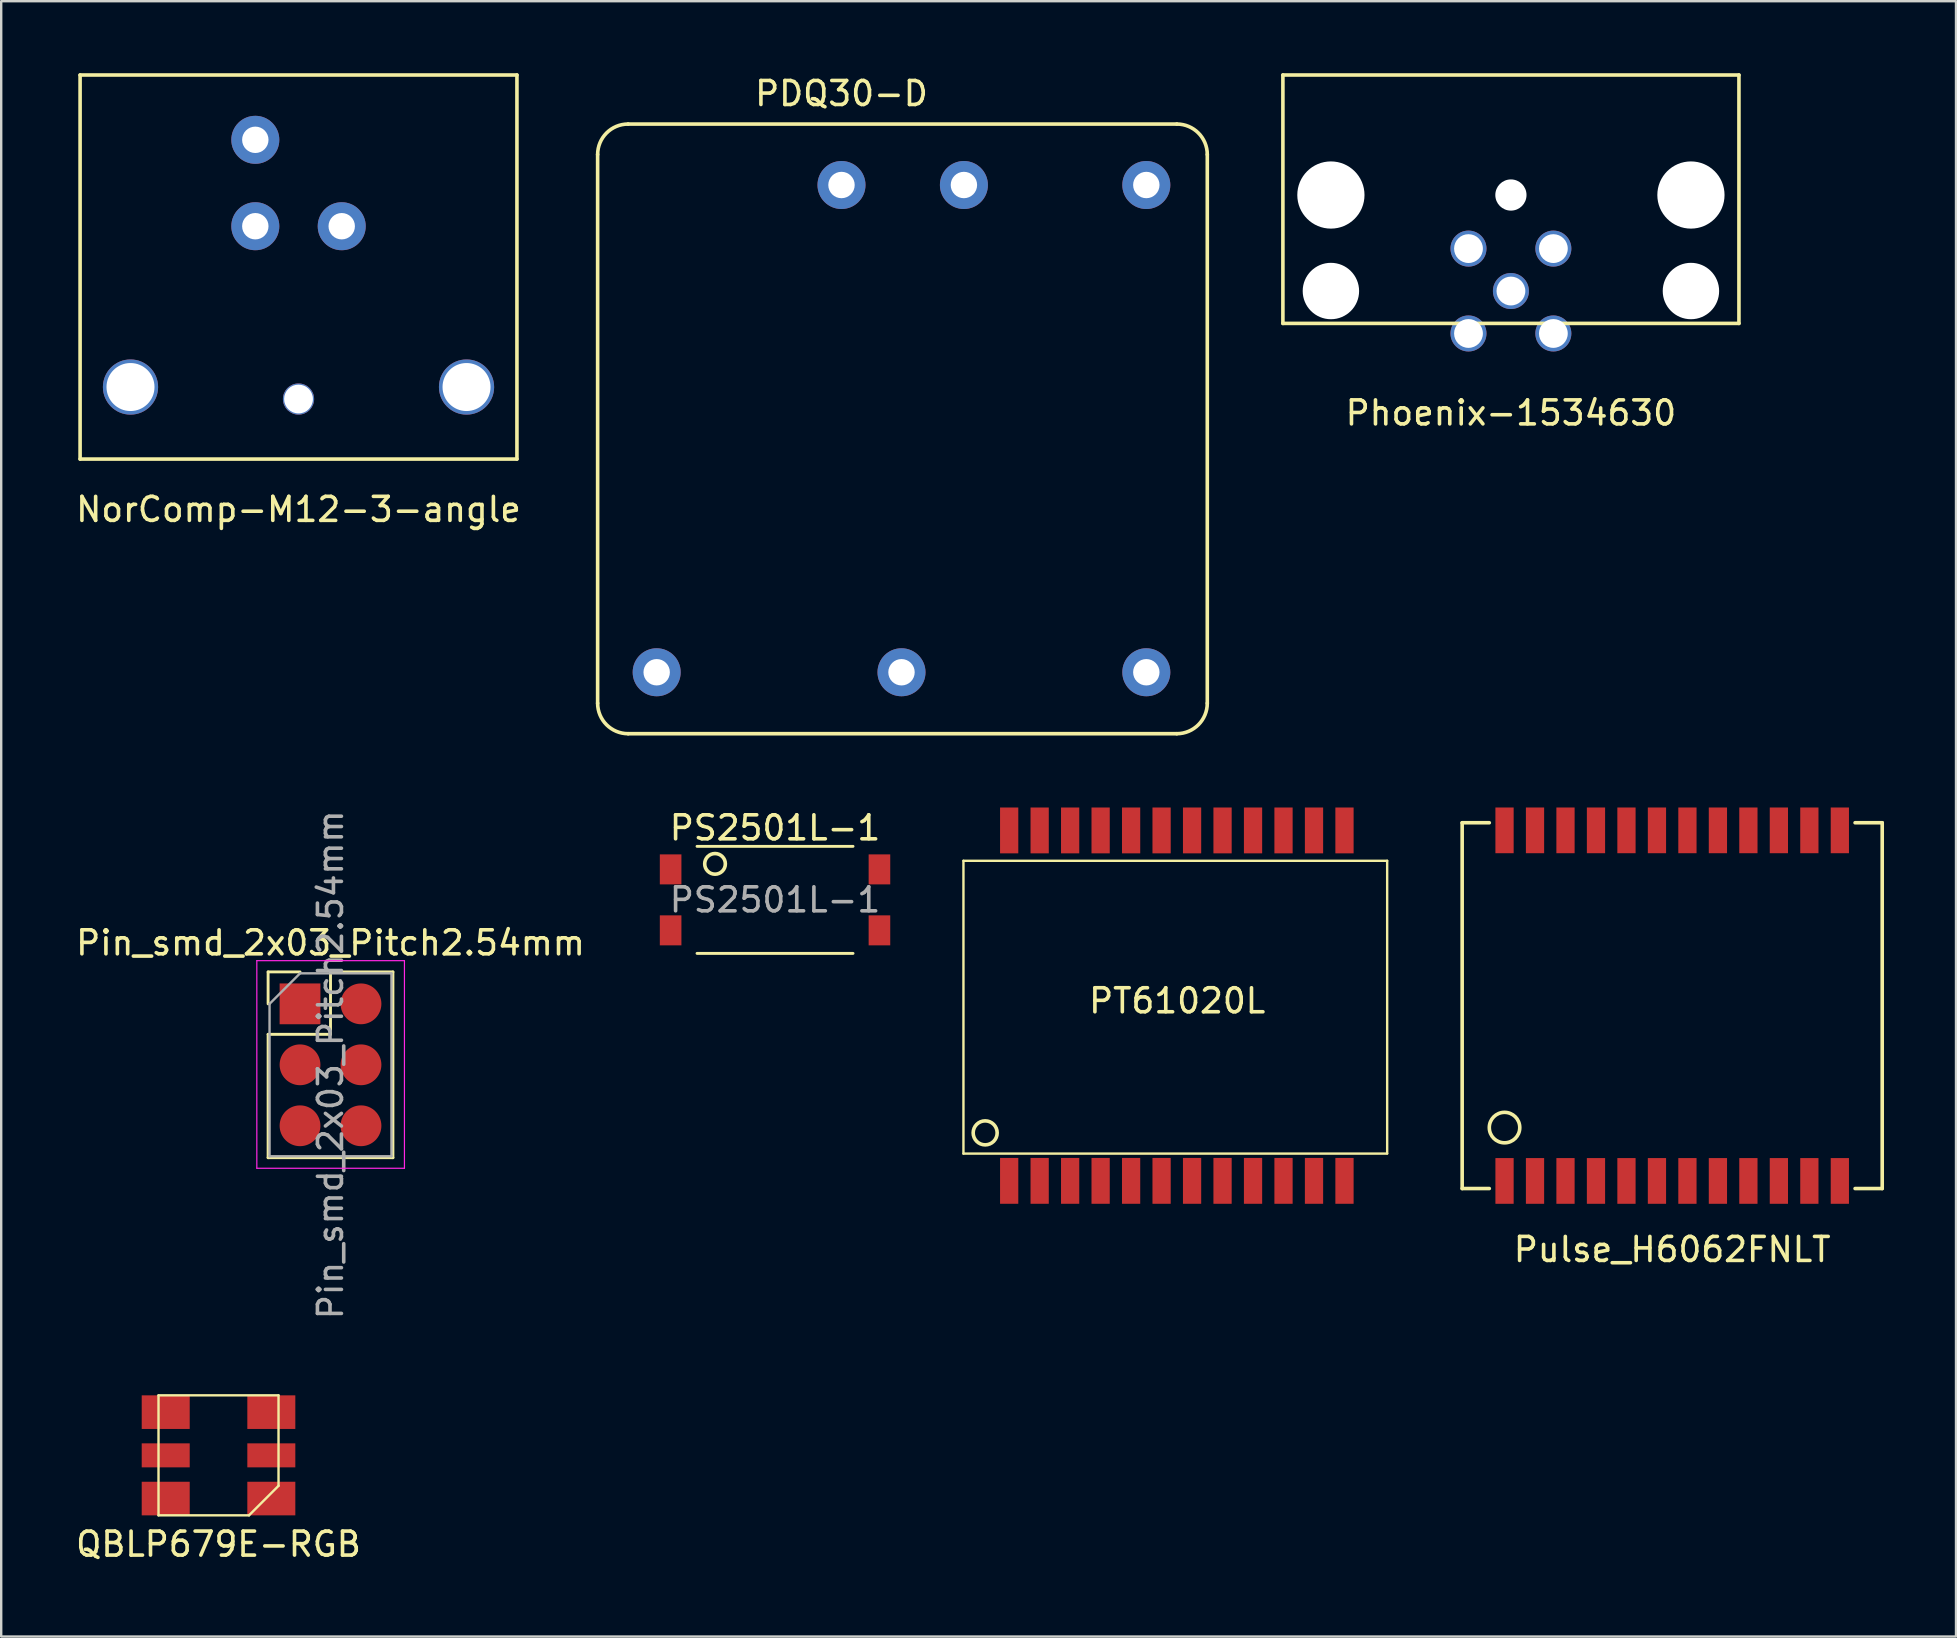
<source format=kicad_pcb>
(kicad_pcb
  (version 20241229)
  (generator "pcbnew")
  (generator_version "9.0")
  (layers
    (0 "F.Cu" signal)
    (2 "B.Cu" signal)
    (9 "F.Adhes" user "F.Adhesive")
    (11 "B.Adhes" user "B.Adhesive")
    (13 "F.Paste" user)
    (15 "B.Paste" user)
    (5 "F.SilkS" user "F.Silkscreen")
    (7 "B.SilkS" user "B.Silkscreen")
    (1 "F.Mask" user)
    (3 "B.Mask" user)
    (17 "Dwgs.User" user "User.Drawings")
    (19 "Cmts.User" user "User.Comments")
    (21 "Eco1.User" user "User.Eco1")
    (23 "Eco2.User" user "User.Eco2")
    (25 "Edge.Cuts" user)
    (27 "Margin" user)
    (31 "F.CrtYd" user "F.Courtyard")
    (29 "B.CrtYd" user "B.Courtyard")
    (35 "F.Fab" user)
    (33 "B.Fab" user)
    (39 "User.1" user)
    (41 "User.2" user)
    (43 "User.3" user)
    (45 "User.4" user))
  (footprint "Pulse_H6062FNLT"
    (layer "F.Cu")
    (at 66.618 38.848)
    (property "Reference" "Pulse_H6062FNLT" (at 0 10.16 0) (layer "F.SilkS") (effects (font (size 1 1) (thickness 0.15))))
    (attr through_hole)
    (fp_line (start -8.75 -7.62) (end -7.62 -7.62) (stroke (width 0.15) (type solid)) (layer "F.SilkS"))
    (fp_line (start -8.75 7.62) (end -8.75 -7.62) (stroke (width 0.15) (type solid)) (layer "F.SilkS"))
    (fp_line (start -7.62 7.62) (end -8.75 7.62) (stroke (width 0.15) (type solid)) (layer "F.SilkS"))
    (fp_line (start 7.62 -7.62) (end 8.75 -7.62) (stroke (width 0.15) (type solid)) (layer "F.SilkS"))
    (fp_line (start 8.75 -7.62) (end 8.75 7.62) (stroke (width 0.15) (type solid)) (layer "F.SilkS"))
    (fp_line (start 8.75 7.62) (end 7.62 7.62) (stroke (width 0.15) (type solid)) (layer "F.SilkS"))
    (fp_circle (center -6.985 5.08) (end -6.35 5.08) (stroke (width 0.15) (type solid)) (fill no) (layer "F.SilkS"))
    (pad "1" smd rect (at -6.985 7.303) (size 0.76 1.905) (layers "F.Cu" "F.Mask" "F.Paste"))
    (pad "2" smd rect (at -5.715 7.303) (size 0.76 1.905) (layers "F.Cu" "F.Mask" "F.Paste"))
    (pad "3" smd rect (at -4.445 7.303) (size 0.76 1.905) (layers "F.Cu" "F.Mask" "F.Paste"))
    (pad "4" smd rect (at -3.175 7.303) (size 0.76 1.905) (layers "F.Cu" "F.Mask" "F.Paste"))
    (pad "5" smd rect (at -1.905 7.303) (size 0.76 1.905) (layers "F.Cu" "F.Mask" "F.Paste"))
    (pad "6" smd rect (at -0.635 7.303) (size 0.76 1.905) (layers "F.Cu" "F.Mask" "F.Paste"))
    (pad "7" smd rect (at 0.635 7.303) (size 0.76 1.905) (layers "F.Cu" "F.Mask" "F.Paste"))
    (pad "8" smd rect (at 1.905 7.303) (size 0.76 1.905) (layers "F.Cu" "F.Mask" "F.Paste"))
    (pad "9" smd rect (at 3.175 7.303) (size 0.76 1.905) (layers "F.Cu" "F.Mask" "F.Paste"))
    (pad "10" smd rect (at 4.445 7.303) (size 0.76 1.905) (layers "F.Cu" "F.Mask" "F.Paste"))
    (pad "11" smd rect (at 5.715 7.303) (size 0.76 1.905) (layers "F.Cu" "F.Mask" "F.Paste"))
    (pad "12" smd rect (at 6.985 7.303) (size 0.76 1.905) (layers "F.Cu" "F.Mask" "F.Paste"))
    (pad "13" smd rect (at 6.985 -7.303) (size 0.76 1.905) (layers "F.Cu" "F.Mask" "F.Paste"))
    (pad "14" smd rect (at 5.715 -7.303) (size 0.76 1.905) (layers "F.Cu" "F.Mask" "F.Paste"))
    (pad "15" smd rect (at 4.445 -7.303) (size 0.76 1.905) (layers "F.Cu" "F.Mask" "F.Paste"))
    (pad "16" smd rect (at 3.175 -7.303) (size 0.76 1.905) (layers "F.Cu" "F.Mask" "F.Paste"))
    (pad "17" smd rect (at 1.905 -7.303) (size 0.76 1.905) (layers "F.Cu" "F.Mask" "F.Paste"))
    (pad "18" smd rect (at 0.635 -7.303) (size 0.76 1.905) (layers "F.Cu" "F.Mask" "F.Paste"))
    (pad "19" smd rect (at -0.635 -7.303) (size 0.76 1.905) (layers "F.Cu" "F.Mask" "F.Paste"))
    (pad "20" smd rect (at -1.905 -7.303) (size 0.76 1.905) (layers "F.Cu" "F.Mask" "F.Paste"))
    (pad "21" smd rect (at -3.175 -7.303) (size 0.76 1.905) (layers "F.Cu" "F.Mask" "F.Paste"))
    (pad "22" smd rect (at -4.445 -7.303) (size 0.76 1.905) (layers "F.Cu" "F.Mask" "F.Paste"))
    (pad "23" smd rect (at -5.715 -7.303) (size 0.76 1.905) (layers "F.Cu" "F.Mask" "F.Paste"))
    (pad "24" smd rect (at -6.985 -7.303) (size 0.76 1.905) (layers "F.Cu" "F.Mask" "F.Paste")))
  (footprint "PT61020L"
    (layer "F.Cu")
    (at 38.995 46.148)
    (property "Reference" "PT61020L" (at 7 -7.5 0) (layer "F.SilkS") (effects (font (size 1 1) (thickness 0.15))))
    (attr through_hole)
    (fp_line (start -1.905 -13.335) (end -1.905 -1.135) (stroke (width 0.1) (type solid)) (layer "F.SilkS"))
    (fp_line (start -1.905 -1.135) (end 15.748 -1.135) (stroke (width 0.1) (type solid)) (layer "F.SilkS"))
    (fp_line (start 15.748 -13.335) (end -1.905 -13.335) (stroke (width 0.1) (type solid)) (layer "F.SilkS"))
    (fp_line (start 15.748 -1.143) (end 15.748 -13.335) (stroke (width 0.1) (type solid)) (layer "F.SilkS"))
    (fp_circle (center -1 -2) (end -0.5 -2) (stroke (width 0.15) (type solid)) (fill no) (layer "F.SilkS"))
    (pad "1" smd rect (at 0 0) (size 0.76 1.91) (layers "F.Cu" "F.Mask" "F.Paste"))
    (pad "2" smd rect (at 1.27 0) (size 0.76 1.91) (layers "F.Cu" "F.Mask" "F.Paste"))
    (pad "3" smd rect (at 2.54 0) (size 0.76 1.91) (layers "F.Cu" "F.Mask" "F.Paste"))
    (pad "4" smd rect (at 3.81 0) (size 0.76 1.91) (layers "F.Cu" "F.Mask" "F.Paste"))
    (pad "5" smd rect (at 5.08 0) (size 0.76 1.91) (layers "F.Cu" "F.Mask" "F.Paste"))
    (pad "6" smd rect (at 6.35 0) (size 0.76 1.91) (layers "F.Cu" "F.Mask" "F.Paste"))
    (pad "7" smd rect (at 7.62 0) (size 0.76 1.91) (layers "F.Cu" "F.Mask" "F.Paste"))
    (pad "8" smd rect (at 8.89 0) (size 0.76 1.91) (layers "F.Cu" "F.Mask" "F.Paste"))
    (pad "9" smd rect (at 10.16 0) (size 0.76 1.91) (layers "F.Cu" "F.Mask" "F.Paste"))
    (pad "10" smd rect (at 11.43 0) (size 0.76 1.91) (layers "F.Cu" "F.Mask" "F.Paste"))
    (pad "11" smd rect (at 12.7 0) (size 0.76 1.91) (layers "F.Cu" "F.Mask" "F.Paste"))
    (pad "12" smd rect (at 13.97 0) (size 0.76 1.91) (layers "F.Cu" "F.Mask" "F.Paste"))
    (pad "13" smd rect (at 13.97 -14.6) (size 0.76 1.91) (layers "F.Cu" "F.Mask" "F.Paste"))
    (pad "14" smd rect (at 12.7 -14.6) (size 0.76 1.91) (layers "F.Cu" "F.Mask" "F.Paste"))
    (pad "15" smd rect (at 11.43 -14.6) (size 0.76 1.91) (layers "F.Cu" "F.Mask" "F.Paste"))
    (pad "16" smd rect (at 10.16 -14.6) (size 0.76 1.91) (layers "F.Cu" "F.Mask" "F.Paste"))
    (pad "17" smd rect (at 8.89 -14.6) (size 0.76 1.91) (layers "F.Cu" "F.Mask" "F.Paste"))
    (pad "18" smd rect (at 7.62 -14.6) (size 0.76 1.91) (layers "F.Cu" "F.Mask" "F.Paste"))
    (pad "19" smd rect (at 6.35 -14.6) (size 0.76 1.91) (layers "F.Cu" "F.Mask" "F.Paste"))
    (pad "20" smd rect (at 5.08 -14.6) (size 0.76 1.91) (layers "F.Cu" "F.Mask" "F.Paste"))
    (pad "21" smd rect (at 3.81 -14.6) (size 0.76 1.91) (layers "F.Cu" "F.Mask" "F.Paste"))
    (pad "22" smd rect (at 2.54 -14.6) (size 0.76 1.91) (layers "F.Cu" "F.Mask" "F.Paste"))
    (pad "23" smd rect (at 1.27 -14.6) (size 0.76 1.91) (layers "F.Cu" "F.Mask" "F.Paste"))
    (pad "24" smd rect (at 0 -14.6) (size 0.76 1.91) (layers "F.Cu" "F.Mask" "F.Paste")))
  (footprint "QBLP679E-RGB"
    (layer "F.Cu")
    (at 6.054 57.584)
    (property "Reference" "QBLP679E-RGB" (at 0 3.7 0) (layer "F.SilkS") (effects (font (size 1 1) (thickness 0.15))))
    (attr through_hole)
    (fp_line (start -2.5 -2.5) (end -2.5 2.5) (stroke (width 0.1) (type solid)) (layer "F.SilkS"))
    (fp_line (start -2.5 -2.5) (end 2.5 -2.5) (stroke (width 0.1) (type solid)) (layer "F.SilkS"))
    (fp_line (start 1.27 2.5) (end -2.5 2.5) (stroke (width 0.1) (type solid)) (layer "F.SilkS"))
    (fp_line (start 2.5 -2.5) (end 2.5 1.27) (stroke (width 0.1) (type solid)) (layer "F.SilkS"))
    (fp_line (start 2.5 1.27) (end 1.27 2.5) (stroke (width 0.1) (type solid)) (layer "F.SilkS"))
    (pad "1" smd rect (at 2.2 1.8) (size 2 1.4) (layers "F.Cu" "F.Mask" "F.Paste"))
    (pad "2" smd rect (at 2.2 0) (size 2 1) (layers "F.Cu" "F.Mask" "F.Paste"))
    (pad "3" smd rect (at 2.2 -1.8) (size 2 1.4) (layers "F.Cu" "F.Mask" "F.Paste"))
    (pad "4" smd rect (at -2.2 -1.8) (size 2 1.4) (layers "F.Cu" "F.Mask" "F.Paste"))
    (pad "5" smd rect (at -2.2 0) (size 2 1) (layers "F.Cu" "F.Mask" "F.Paste"))
    (pad "6" smd rect (at -2.2 1.8) (size 2 1.4) (layers "F.Cu" "F.Mask" "F.Paste")))
  (footprint "PDQ30-D"
    (layer "F.Cu")
    (at 32.009 4.658)
    (property "Reference" "PDQ30-D" (at 0 -3.81 0) (layer "F.SilkS") (effects (font (size 1 1) (thickness 0.15))))
    (attr through_hole)
    (fp_line (start -10.16 -1.27) (end -10.16 21.59) (stroke (width 0.15) (type solid)) (layer "F.SilkS"))
    (fp_line (start -8.89 22.86) (end 13.97 22.86) (stroke (width 0.15) (type solid)) (layer "F.SilkS"))
    (fp_line (start 13.97 -2.54) (end -8.89 -2.54) (stroke (width 0.15) (type solid)) (layer "F.SilkS"))
    (fp_line (start 15.24 21.59) (end 15.24 -1.27) (stroke (width 0.15) (type solid)) (layer "F.SilkS"))
    (fp_arc (start -10.16 -1.27) (mid -9.788026 -2.168026) (end -8.89 -2.54) (stroke (width 0.15) (type solid)) (layer "F.SilkS"))
    (fp_arc (start -8.89 22.86) (mid -9.788026 22.488026) (end -10.16 21.59) (stroke (width 0.15) (type solid)) (layer "F.SilkS"))
    (fp_arc (start 13.97 -2.54) (mid 14.868026 -2.168026) (end 15.24 -1.27) (stroke (width 0.15) (type solid)) (layer "F.SilkS"))
    (fp_arc (start 15.24 21.59) (mid 14.868026 22.488026) (end 13.97 22.86) (stroke (width 0.15) (type solid)) (layer "F.SilkS"))
    (pad "1" thru_hole circle (at 0 0) (size 2 2) (drill 1.1) (layers "*.Cu" "*.Mask"))
    (pad "2" thru_hole circle (at 5.1 0) (size 2 2) (drill 1.1) (layers "*.Cu" "*.Mask"))
    (pad "3" thru_hole circle (at -7.7 20.3) (size 2 2) (drill 1.1) (layers "*.Cu" "*.Mask"))
    (pad "4" thru_hole circle (at 2.5 20.3) (size 2 2) (drill 1.1) (layers "*.Cu" "*.Mask"))
    (pad "5" thru_hole circle (at 12.7 20.3) (size 2 2) (drill 1.1) (layers "*.Cu" "*.Mask"))
    (pad "6" thru_hole circle (at 12.7 0) (size 2 2) (drill 1.1) (layers "*.Cu" "*.Mask")))
  (footprint "PS2501L-1"
    (layer "F.Cu")
    (at 29.24 34.441)
    (property "Reference" "PS2501L-1" (at 0 -3 0) (layer "F.SilkS") (effects (font (size 1 1) (thickness 0.15))))
    (attr smd)
    (fp_line (start -3.25 -2.23) (end 3.25 -2.23) (stroke (width 0.12) (type solid)) (layer "F.SilkS"))
    (fp_line (start 3.25 2.23) (end -3.25 2.23) (stroke (width 0.12) (type solid)) (layer "F.SilkS"))
    (fp_circle (center -2.5 -1.5) (end -2.75 -1.15) (stroke (width 0.15) (type solid)) (fill no) (layer "F.SilkS"))
    (fp_text user "${REFERENCE}" (at 0 0 0) (layer "F.Fab") (effects (font (size 1 1) (thickness 0.15))))
    (pad "1" smd rect (at -4.35 -1.27) (size 0.9 1.25) (layers "F.Cu" "F.Mask" "F.Paste"))
    (pad "2" smd rect (at -4.35 1.27) (size 0.9 1.25) (layers "F.Cu" "F.Mask" "F.Paste"))
    (pad "3" smd rect (at 4.35 1.27) (size 0.9 1.25) (layers "F.Cu" "F.Mask" "F.Paste"))
    (pad "4" smd rect (at 4.35 -1.27) (size 0.9 1.25) (layers "F.Cu" "F.Mask" "F.Paste")))
  (footprint "Pin_smd_2x03_Pitch2.54mm"
    (layer "F.Cu")
    (at 9.45 38.773)
    (property "Reference" "Pin_smd_2x03_Pitch2.54mm" (at 1.27 -2.54 0) (layer "F.SilkS") (effects (font (size 1 1) (thickness 0.15))))
    (attr through_hole)
    (fp_line (start -1.33 -1.33) (end 0 -1.33) (stroke (width 0.12) (type solid)) (layer "F.SilkS"))
    (fp_line (start -1.33 0) (end -1.33 -1.33) (stroke (width 0.12) (type solid)) (layer "F.SilkS"))
    (fp_line (start -1.33 1.27) (end -1.33 6.41) (stroke (width 0.12) (type solid)) (layer "F.SilkS"))
    (fp_line (start -1.33 1.27) (end 1.27 1.27) (stroke (width 0.12) (type solid)) (layer "F.SilkS"))
    (fp_line (start -1.33 6.41) (end 3.87 6.41) (stroke (width 0.12) (type solid)) (layer "F.SilkS"))
    (fp_line (start 1.27 -1.33) (end 3.87 -1.33) (stroke (width 0.12) (type solid)) (layer "F.SilkS"))
    (fp_line (start 1.27 1.27) (end 1.27 -1.33) (stroke (width 0.12) (type solid)) (layer "F.SilkS"))
    (fp_line (start 3.87 -1.33) (end 3.87 6.41) (stroke (width 0.12) (type solid)) (layer "F.SilkS"))
    (fp_line (start -1.8 -1.8) (end -1.8 6.85) (stroke (width 0.05) (type solid)) (layer "F.CrtYd"))
    (fp_line (start -1.8 6.85) (end 4.35 6.85) (stroke (width 0.05) (type solid)) (layer "F.CrtYd"))
    (fp_line (start 4.35 -1.8) (end -1.8 -1.8) (stroke (width 0.05) (type solid)) (layer "F.CrtYd"))
    (fp_line (start 4.35 6.85) (end 4.35 -1.8) (stroke (width 0.05) (type solid)) (layer "F.CrtYd"))
    (fp_line (start -1.27 0) (end 0 -1.27) (stroke (width 0.1) (type solid)) (layer "F.Fab"))
    (fp_line (start -1.27 6.35) (end -1.27 0) (stroke (width 0.1) (type solid)) (layer "F.Fab"))
    (fp_line (start 0 -1.27) (end 3.81 -1.27) (stroke (width 0.1) (type solid)) (layer "F.Fab"))
    (fp_line (start 3.81 -1.27) (end 3.81 6.35) (stroke (width 0.1) (type solid)) (layer "F.Fab"))
    (fp_line (start 3.81 6.35) (end -1.27 6.35) (stroke (width 0.1) (type solid)) (layer "F.Fab"))
    (fp_text user "${REFERENCE}" (at 1.27 2.54 90) (layer "F.Fab") (effects (font (size 1 1) (thickness 0.15))))
    (pad "1" smd rect (at 0 0) (size 1.7 1.7) (layers "F.Cu" "F.Mask" "F.Paste"))
    (pad "2" smd oval (at 2.54 0) (size 1.7 1.7) (layers "F.Cu" "F.Mask" "F.Paste"))
    (pad "3" smd oval (at 0 2.54) (size 1.7 1.7) (layers "F.Cu" "F.Mask" "F.Paste"))
    (pad "4" smd oval (at 2.54 2.54) (size 1.7 1.7) (layers "F.Cu" "F.Mask" "F.Paste"))
    (pad "5" smd oval (at 0 5.08) (size 1.7 1.7) (layers "F.Cu" "F.Mask" "F.Paste"))
    (pad "6" smd oval (at 2.54 5.08) (size 1.7 1.7) (layers "F.Cu" "F.Mask" "F.Paste")))
  (footprint "NorComp-M12-3-angle"
    (layer "F.Cu")
    (at 9.387 16.075)
    (property "Reference" "NorComp-M12-3-angle" (at 0 2.1 0) (layer "F.SilkS") (effects (font (size 1 1) (thickness 0.15))))
    (attr through_hole)
    (fp_line (start -9.1 -16) (end -9.1 0) (stroke (width 0.15) (type solid)) (layer "F.SilkS"))
    (fp_line (start -9.1 0) (end 9.1 0) (stroke (width 0.15) (type solid)) (layer "F.SilkS"))
    (fp_line (start 9.1 -16) (end -9.1 -16) (stroke (width 0.15) (type solid)) (layer "F.SilkS"))
    (fp_line (start 9.1 0) (end 9.1 -16) (stroke (width 0.15) (type solid)) (layer "F.SilkS"))
    (pad "" thru_hole circle (at -7 -3) (size 2.3 2.3) (drill 2) (layers "*.Cu"))
    (pad "" thru_hole circle (at 0 -2.5) (size 1.3 1.3) (drill 1.2) (layers "*.Cu"))
    (pad "" thru_hole circle (at 7 -3) (size 2.3 2.3) (drill 2) (layers "*.Cu"))
    (pad "1" thru_hole circle (at -1.8 -13.3) (size 2 2) (drill 1.1) (layers "*.Cu" "*.Mask"))
    (pad "2" thru_hole circle (at -1.8 -9.7) (size 2 2) (drill 1.1) (layers "*.Cu" "*.Mask"))
    (pad "3" thru_hole circle (at 1.8 -9.7) (size 2 2) (drill 1.1) (layers "*.Cu" "*.Mask")))
  (footprint "Phoenix-1534630"
    (layer "F.Cu")
    (at 59.899 9.075)
    (property "Reference" "Phoenix-1534630" (at 0 5.08 0) (layer "F.SilkS") (effects (font (size 1 1) (thickness 0.15))))
    (attr smd)
    (fp_line (start -9.5 -9) (end -9.5 1.35) (stroke (width 0.15) (type solid)) (layer "F.SilkS"))
    (fp_line (start -9.5 -9) (end 9.5 -9) (stroke (width 0.15) (type solid)) (layer "F.SilkS"))
    (fp_line (start -9.5 1.35) (end 9.5 1.35) (stroke (width 0.15) (type solid)) (layer "F.SilkS"))
    (fp_line (start 9.5 -9) (end 9.5 1.35) (stroke (width 0.15) (type solid)) (layer "F.SilkS"))
    (pad "" np_thru_hole circle (at -7.5 -4) (size 2.8 2.8) (drill 2.8) (layers "*.Cu" "*.Mask"))
    (pad "" np_thru_hole circle (at -7.5 0) (size 2.35 2.35) (drill 2.35) (layers "*.Cu" "*.Mask"))
    (pad "" np_thru_hole circle (at 0 -4) (size 1.3 1.3) (drill 1.3) (layers "*.Cu" "*.Mask"))
    (pad "" np_thru_hole circle (at 7.5 -4) (size 2.8 2.8) (drill 2.8) (layers "*.Cu" "*.Mask"))
    (pad "" np_thru_hole circle (at 7.5 0) (size 2.35 2.35) (drill 2.35) (layers "*.Cu" "*.Mask"))
    (pad "1" thru_hole circle (at 1.768 1.768) (size 1.5 1.5) (drill 1.2) (layers "*.Cu" "*.Mask"))
    (pad "2" thru_hole circle (at -1.768 1.768) (size 1.5 1.5) (drill 1.2) (layers "*.Cu" "*.Mask"))
    (pad "3" thru_hole circle (at -1.768 -1.768) (size 1.5 1.5) (drill 1.2) (layers "*.Cu" "*.Mask"))
    (pad "4" thru_hole circle (at 1.768 -1.768) (size 1.5 1.5) (drill 1.2) (layers "*.Cu" "*.Mask"))
    (pad "5" thru_hole circle (at 0 0) (size 1.5 1.5) (drill 1.2) (layers "*.Cu" "*.Mask")))
  (gr_rect
    (start -3 -3)
    (end 78.443 65.132)
    (stroke (width 0.1) (type default))
    (fill no)
    (layer "Edge.Cuts")))
</source>
